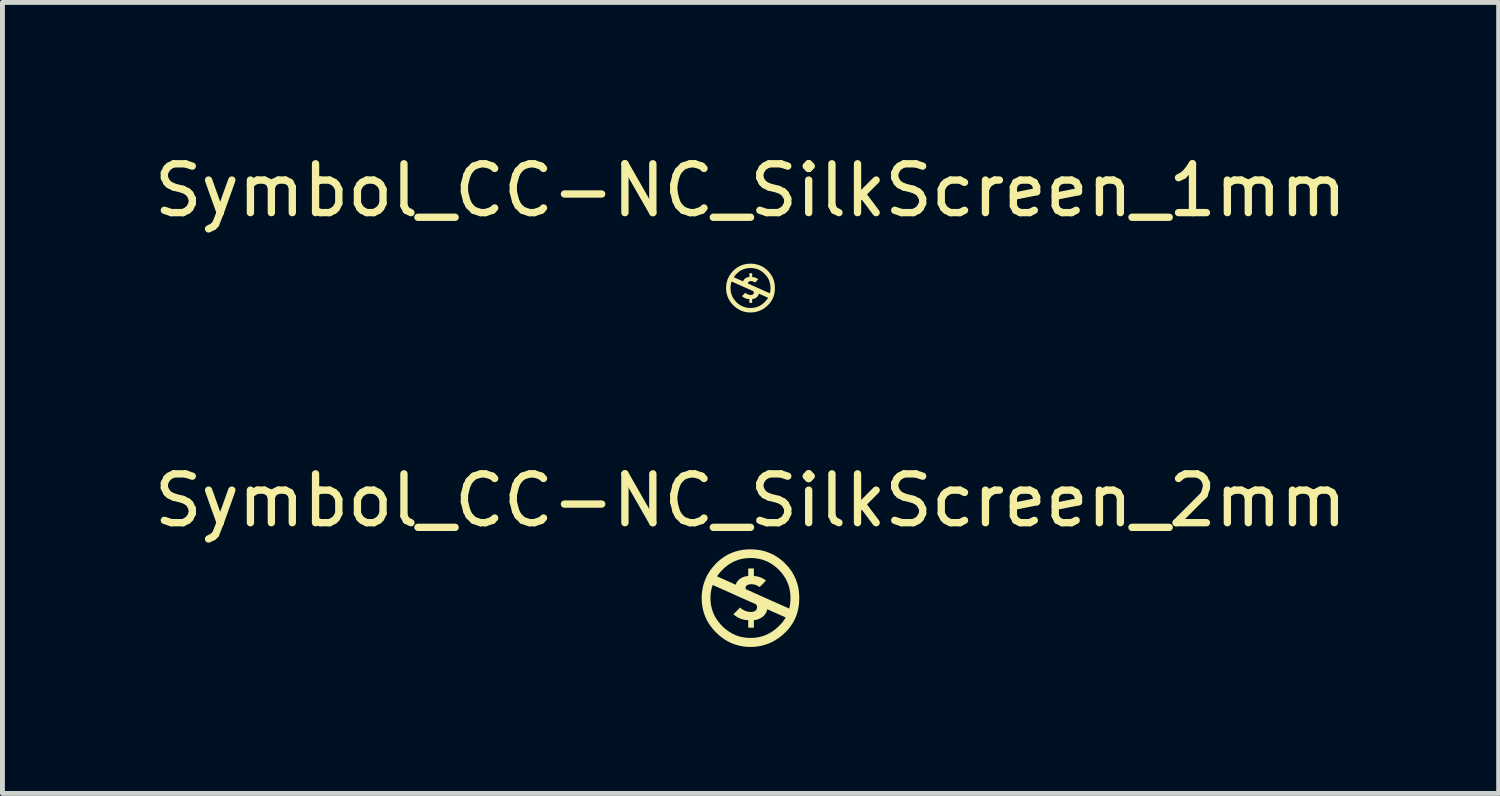
<source format=kicad_pcb>
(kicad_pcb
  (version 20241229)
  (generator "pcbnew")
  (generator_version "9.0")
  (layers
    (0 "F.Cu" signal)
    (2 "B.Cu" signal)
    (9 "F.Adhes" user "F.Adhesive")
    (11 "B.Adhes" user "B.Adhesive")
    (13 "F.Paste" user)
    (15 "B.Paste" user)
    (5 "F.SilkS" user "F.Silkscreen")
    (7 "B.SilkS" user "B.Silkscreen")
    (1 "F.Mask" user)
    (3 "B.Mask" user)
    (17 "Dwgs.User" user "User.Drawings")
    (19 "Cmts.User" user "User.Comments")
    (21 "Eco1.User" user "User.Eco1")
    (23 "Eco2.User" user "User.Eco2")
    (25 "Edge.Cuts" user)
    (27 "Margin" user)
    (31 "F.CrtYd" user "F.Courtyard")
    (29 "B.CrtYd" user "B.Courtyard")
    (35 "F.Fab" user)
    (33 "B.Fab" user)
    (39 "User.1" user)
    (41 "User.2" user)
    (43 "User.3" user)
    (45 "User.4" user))
  (footprint "Symbol_CC-NC_SilkScreen_1mm"
    (layer "F.Cu")
    (at 12.315 2.848)
    (property "Reference" "Symbol_CC-NC_SilkScreen_1mm" (at 0 -2 0) (layer "F.SilkS") (effects (font (size 1 1) (thickness 0.15))))
    (attr exclude_from_pos_files exclude_from_bom)
    (fp_poly (pts (xy -0.001 -0.5) (xy 0.000423 -0.411) (xy -0.03 -0.41) (xy -0.06 -0.407) (xy -0.089 -0.402) (xy -0.117 -0.395) (xy -0.144 -0.386) (xy -0.17 -0.375) (xy -0.195 -0.362) (xy -0.22 -0.347) (xy -0.243 -0.33) (xy -0.266 -0.311) (xy -0.288 -0.29) (xy -0.307 -0.27) (xy -0.325 -0.248) (xy -0.343 -0.223) (xy -0.152 -0.138) (xy -0.141 -0.162) (xy -0.126 -0.183) (xy -0.105 -0.201) (xy -0.08 -0.214) (xy -0.053 -0.223) (xy -0.024 -0.227) (xy -0.024 -0.304) (xy 0.034 -0.304) (xy 0.034 -0.227) (xy 0.061 -0.224) (xy 0.087 -0.218) (xy 0.112 -0.209) (xy 0.136 -0.196) (xy 0.159 -0.181) (xy 0.094 -0.114) (xy 0.066 -0.13) (xy 0.037 -0.14) (xy 0.008 -0.143) (xy -0.014 -0.141) (xy -0.033 -0.134) (xy -0.047 -0.122) (xy -0.051 -0.104) (xy -0.047 -0.091) (xy 0.016 -0.063) (xy 0.06 -0.043) (xy 0.14 -0.008) (xy 0.396 0.107) (xy 0.402 0.08) (xy 0.406 0.054) (xy 0.408 0.027) (xy 0.409 -0.000451) (xy 0.408 -0.031) (xy 0.405 -0.061) (xy 0.4 -0.09) (xy 0.393 -0.118) (xy 0.384 -0.146) (xy 0.373 -0.172) (xy 0.361 -0.198) (xy 0.346 -0.222) (xy 0.329 -0.246) (xy 0.31 -0.269) (xy 0.289 -0.29) (xy 0.267 -0.311) (xy 0.245 -0.33) (xy 0.221 -0.347) (xy 0.196 -0.362) (xy 0.171 -0.375) (xy 0.145 -0.386) (xy 0.117 -0.395) (xy 0.089 -0.402) (xy 0.061 -0.407) (xy 0.031 -0.41) (xy 0.000423 -0.411) (xy -0.001 -0.5) (xy 0.031 -0.499) (xy 0.062 -0.497) (xy 0.092 -0.492) (xy 0.122 -0.486) (xy 0.151 -0.479) (xy 0.179 -0.469) (xy 0.206 -0.458) (xy 0.233 -0.445) (xy 0.258 -0.431) (xy 0.283 -0.415) (xy 0.308 -0.397) (xy 0.331 -0.377) (xy 0.354 -0.356) (xy 0.375 -0.333) (xy 0.395 -0.309) (xy 0.413 -0.285) (xy 0.429 -0.26) (xy 0.444 -0.235) (xy 0.457 -0.208) (xy 0.468 -0.181) (xy 0.478 -0.153) (xy 0.485 -0.124) (xy 0.491 -0.094) (xy 0.36 0.198) (xy 0.172 0.114) (xy 0.165 0.136) (xy 0.155 0.157) (xy 0.141 0.175) (xy 0.124 0.191) (xy 0.104 0.204) (xy 0.083 0.214) (xy 0.059 0.221) (xy 0.034 0.225) (xy 0.034 0.302) (xy -0.024 0.302) (xy -0.024 0.225) (xy -0.051 0.223) (xy -0.077 0.218) (xy -0.103 0.21) (xy -0.128 0.198) (xy -0.152 0.183) (xy -0.175 0.165) (xy -0.107 0.096) (xy -0.086 0.112) (xy -0.065 0.125) (xy -0.043 0.134) (xy -0.02 0.14) (xy 0.005 0.141) (xy 0.029 0.138) (xy 0.049 0.13) (xy 0.063 0.114) (xy 0.067 0.091) (xy 0.064 0.074) (xy 0.054 0.061) (xy 0.006 0.041) (xy -0.053 0.014) (xy -0.132 -0.021) (xy -0.388 -0.135) (xy -0.396 -0.11) (xy -0.402 -0.084) (xy -0.406 -0.057) (xy -0.409 -0.029) (xy -0.41 -0.000451) (xy -0.409 0.029) (xy -0.406 0.058) (xy -0.401 0.087) (xy -0.394 0.114) (xy -0.385 0.141) (xy -0.374 0.167) (xy -0.361 0.193) (xy -0.346 0.217) (xy -0.329 0.241) (xy -0.31 0.264) (xy -0.289 0.287) (xy -0.266 0.308) (xy -0.243 0.327) (xy -0.219 0.344) (xy -0.194 0.358) (xy -0.168 0.371) (xy -0.142 0.382) (xy -0.115 0.391) (xy -0.087 0.398) (xy -0.059 0.403) (xy -0.03 0.406) (xy 0.000392 0.407) (xy 0.031 0.406) (xy 0.06 0.403) (xy 0.089 0.398) (xy 0.117 0.391) (xy 0.144 0.382) (xy 0.171 0.371) (xy 0.196 0.358) (xy 0.221 0.343) (xy 0.245 0.325) (xy 0.269 0.306) (xy 0.291 0.285) (xy 0.312 0.264) (xy 0.33 0.242) (xy 0.346 0.22) (xy 0.36 0.198) (xy 0.491 -0.094) (xy 0.496 -0.064) (xy 0.498 -0.032) (xy 0.499 -0.000467) (xy 0.498 0.032) (xy 0.496 0.063) (xy 0.491 0.093) (xy 0.486 0.122) (xy 0.478 0.151) (xy 0.469 0.179) (xy 0.458 0.206) (xy 0.445 0.232) (xy 0.431 0.257) (xy 0.415 0.282) (xy 0.397 0.305) (xy 0.377 0.328) (xy 0.356 0.35) (xy 0.334 0.371) (xy 0.312 0.39) (xy 0.289 0.407) (xy 0.265 0.423) (xy 0.241 0.438) (xy 0.216 0.45) (xy 0.191 0.462) (xy 0.165 0.472) (xy 0.139 0.48) (xy 0.112 0.487) (xy 0.084 0.492) (xy 0.056 0.496) (xy 0.028 0.498) (xy -0.001 0.499) (xy -0.032 0.498) (xy -0.063 0.496) (xy -0.092 0.491) (xy -0.121 0.485) (xy -0.15 0.477) (xy -0.177 0.468) (xy -0.204 0.456) (xy -0.231 0.443) (xy -0.256 0.428) (xy -0.282 0.411) (xy -0.306 0.393) (xy -0.33 0.373) (xy -0.353 0.351) (xy -0.375 0.328) (xy -0.395 0.304) (xy -0.413 0.28) (xy -0.429 0.255) (xy -0.444 0.229) (xy -0.457 0.203) (xy -0.469 0.176) (xy -0.478 0.148) (xy -0.486 0.12) (xy -0.492 0.091) (xy -0.497 0.061) (xy -0.499 0.031) (xy -0.5 -0.000467) (xy -0.499 -0.032) (xy -0.497 -0.062) (xy -0.492 -0.092) (xy -0.486 -0.121) (xy -0.478 -0.15) (xy -0.469 -0.178) (xy -0.457 -0.205) (xy -0.444 -0.232) (xy -0.429 -0.258) (xy -0.413 -0.283) (xy -0.395 -0.308) (xy -0.375 -0.332) (xy -0.353 -0.355) (xy -0.33 -0.377) (xy -0.307 -0.397) (xy -0.283 -0.414) (xy -0.258 -0.431) (xy -0.232 -0.445) (xy -0.206 -0.458) (xy -0.179 -0.469) (xy -0.151 -0.479) (xy -0.123 -0.486) (xy -0.094 -0.492) (xy -0.064 -0.497) (xy -0.033 -0.499) (xy -0.001 -0.5)) (stroke (width 0) (type solid)) (fill yes) (layer "F.SilkS")))
  (footprint "Symbol_CC-NC_SilkScreen_2mm"
    (layer "F.Cu")
    (at 12.315 9.196)
    (property "Reference" "Symbol_CC-NC_SilkScreen_2mm" (at 0 -2 0) (layer "F.SilkS") (effects (font (size 1 1) (thickness 0.15))))
    (attr exclude_from_pos_files exclude_from_bom)
    (fp_poly (pts (xy -0.003 -1) (xy 0.001 -0.822) (xy -0.06 -0.82) (xy -0.12 -0.814) (xy -0.177 -0.804) (xy -0.233 -0.79) (xy -0.287 -0.772) (xy -0.34 -0.75) (xy -0.39 -0.724) (xy -0.439 -0.694) (xy -0.486 -0.66) (xy -0.532 -0.623) (xy -0.575 -0.581) (xy -0.614 -0.54) (xy -0.651 -0.495) (xy -0.686 -0.447) (xy -0.304 -0.276) (xy -0.283 -0.325) (xy -0.251 -0.366) (xy -0.21 -0.401) (xy -0.161 -0.428) (xy -0.107 -0.446) (xy -0.047 -0.454) (xy -0.047 -0.608) (xy 0.069 -0.608) (xy 0.069 -0.454) (xy 0.123 -0.448) (xy 0.175 -0.436) (xy 0.225 -0.417) (xy 0.273 -0.392) (xy 0.318 -0.361) (xy 0.188 -0.228) (xy 0.132 -0.26) (xy 0.075 -0.28) (xy 0.017 -0.286) (xy -0.027 -0.282) (xy -0.066 -0.269) (xy -0.093 -0.244) (xy -0.103 -0.208) (xy -0.094 -0.183) (xy 0.033 -0.126) (xy 0.12 -0.087) (xy 0.281 -0.015) (xy 0.793 0.213) (xy 0.804 0.16) (xy 0.812 0.107) (xy 0.816 0.053) (xy 0.818 -0.001) (xy 0.816 -0.063) (xy 0.81 -0.123) (xy 0.8 -0.181) (xy 0.786 -0.237) (xy 0.769 -0.291) (xy 0.747 -0.344) (xy 0.721 -0.395) (xy 0.691 -0.444) (xy 0.658 -0.492) (xy 0.62 -0.537) (xy 0.579 -0.581) (xy 0.535 -0.623) (xy 0.489 -0.66) (xy 0.442 -0.694) (xy 0.393 -0.724) (xy 0.342 -0.75) (xy 0.289 -0.772) (xy 0.235 -0.79) (xy 0.179 -0.804) (xy 0.121 -0.814) (xy 0.062 -0.82) (xy 0.001 -0.822) (xy -0.003 -1) (xy 0.061 -0.998) (xy 0.124 -0.993) (xy 0.185 -0.985) (xy 0.244 -0.973) (xy 0.302 -0.957) (xy 0.358 -0.938) (xy 0.412 -0.916) (xy 0.465 -0.891) (xy 0.517 -0.861) (xy 0.567 -0.829) (xy 0.615 -0.793) (xy 0.662 -0.754) (xy 0.707 -0.711) (xy 0.75 -0.666) (xy 0.79 -0.619) (xy 0.826 -0.571) (xy 0.859 -0.521) (xy 0.888 -0.469) (xy 0.914 -0.416) (xy 0.936 -0.361) (xy 0.955 -0.305) (xy 0.971 -0.248) (xy 0.983 -0.188) (xy 0.72 0.395) (xy 0.343 0.227) (xy 0.33 0.273) (xy 0.31 0.313) (xy 0.282 0.35) (xy 0.248 0.382) (xy 0.208 0.408) (xy 0.165 0.429) (xy 0.119 0.443) (xy 0.069 0.45) (xy 0.069 0.604) (xy -0.047 0.604) (xy -0.047 0.45) (xy -0.102 0.447) (xy -0.155 0.436) (xy -0.206 0.42) (xy -0.256 0.397) (xy -0.304 0.367) (xy -0.351 0.331) (xy -0.213 0.192) (xy -0.173 0.225) (xy -0.131 0.25) (xy -0.086 0.268) (xy -0.039 0.279) (xy 0.01 0.283) (xy 0.058 0.277) (xy 0.098 0.26) (xy 0.125 0.229) (xy 0.135 0.183) (xy 0.128 0.149) (xy 0.108 0.122) (xy 0.012 0.081) (xy -0.106 0.028) (xy -0.265 -0.042) (xy -0.775 -0.27) (xy -0.791 -0.22) (xy -0.804 -0.168) (xy -0.813 -0.114) (xy -0.818 -0.058) (xy -0.82 -0.001) (xy -0.818 0.059) (xy -0.812 0.117) (xy -0.802 0.173) (xy -0.788 0.229) (xy -0.77 0.282) (xy -0.748 0.335) (xy -0.722 0.385) (xy -0.692 0.435) (xy -0.657 0.482) (xy -0.619 0.529) (xy -0.577 0.574) (xy -0.532 0.615) (xy -0.485 0.653) (xy -0.437 0.687) (xy -0.388 0.717) (xy -0.337 0.743) (xy -0.284 0.765) (xy -0.23 0.783) (xy -0.175 0.797) (xy -0.118 0.806) (xy -0.059 0.812) (xy 0.001 0.814) (xy 0.061 0.812) (xy 0.12 0.806) (xy 0.178 0.796) (xy 0.234 0.782) (xy 0.288 0.764) (xy 0.341 0.742) (xy 0.392 0.715) (xy 0.442 0.685) (xy 0.49 0.651) (xy 0.537 0.612) (xy 0.582 0.57) (xy 0.624 0.528) (xy 0.66 0.484) (xy 0.692 0.44) (xy 0.72 0.395) (xy 0.983 -0.188) (xy 0.991 -0.127) (xy 0.996 -0.065) (xy 0.998 -0.001) (xy 0.996 0.063) (xy 0.991 0.125) (xy 0.983 0.186) (xy 0.971 0.245) (xy 0.956 0.302) (xy 0.937 0.358) (xy 0.915 0.412) (xy 0.89 0.464) (xy 0.861 0.515) (xy 0.829 0.563) (xy 0.794 0.611) (xy 0.755 0.656) (xy 0.713 0.7) (xy 0.669 0.741) (xy 0.624 0.779) (xy 0.578 0.814) (xy 0.53 0.846) (xy 0.482 0.875) (xy 0.433 0.901) (xy 0.382 0.924) (xy 0.33 0.943) (xy 0.278 0.96) (xy 0.224 0.974) (xy 0.169 0.984) (xy 0.113 0.992) (xy 0.056 0.997) (xy -0.003 0.998) (xy -0.065 0.996) (xy -0.125 0.991) (xy -0.185 0.982) (xy -0.243 0.97) (xy -0.299 0.954) (xy -0.355 0.935) (xy -0.409 0.912) (xy -0.461 0.886) (xy -0.513 0.856) (xy -0.563 0.823) (xy -0.612 0.786) (xy -0.659 0.746) (xy -0.706 0.702) (xy -0.749 0.656) (xy -0.789 0.609) (xy -0.826 0.56) (xy -0.859 0.51) (xy -0.889 0.459) (xy -0.915 0.406) (xy -0.937 0.352) (xy -0.956 0.296) (xy -0.972 0.24) (xy -0.984 0.182) (xy -0.993 0.122) (xy -0.998 0.061) (xy -1 -0.001) (xy -0.998 -0.063) (xy -0.993 -0.125) (xy -0.984 -0.184) (xy -0.972 -0.243) (xy -0.956 -0.3) (xy -0.937 -0.356) (xy -0.915 -0.411) (xy -0.889 -0.464) (xy -0.859 -0.516) (xy -0.826 -0.567) (xy -0.789 -0.616) (xy -0.749 -0.664) (xy -0.706 -0.711) (xy -0.66 -0.754) (xy -0.614 -0.793) (xy -0.566 -0.829) (xy -0.516 -0.861) (xy -0.465 -0.891) (xy -0.412 -0.916) (xy -0.358 -0.938) (xy -0.303 -0.957) (xy -0.246 -0.973) (xy -0.187 -0.985) (xy -0.127 -0.993) (xy -0.066 -0.998) (xy -0.003 -1)) (stroke (width 0) (type solid)) (fill yes) (layer "F.SilkS")))
  (gr_rect
    (start -3 -3)
    (end 27.631 13.194)
    (stroke (width 0.1) (type default))
    (fill no)
    (layer "Edge.Cuts")))
</source>
